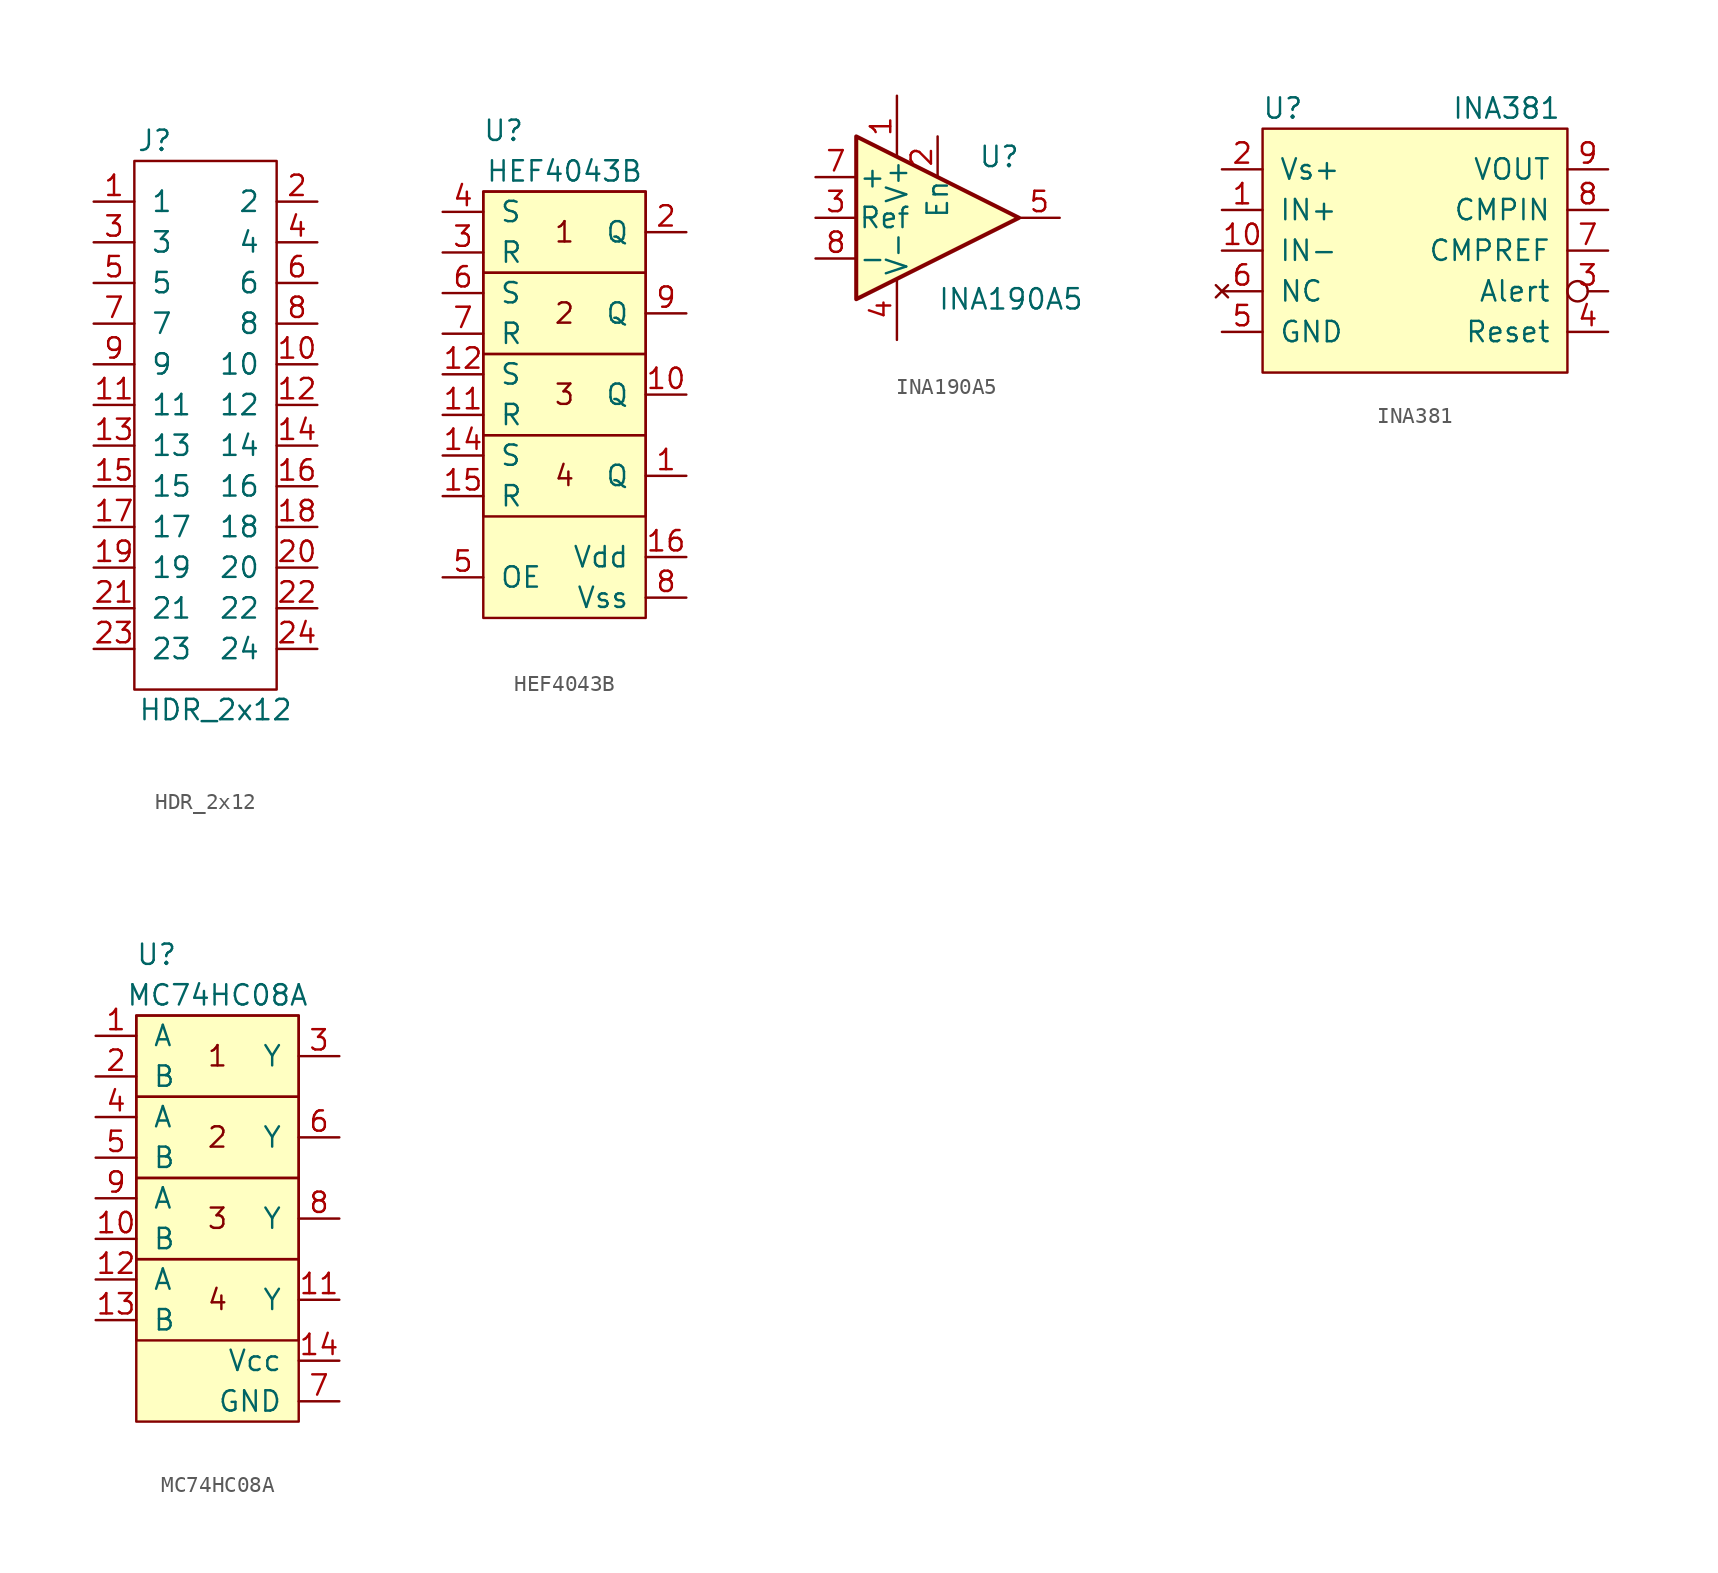
<source format=kicad_sym>
(kicad_symbol_lib
  (version 20211014)
  (generator kicad_symbol_editor)
  (symbol "HDR_2x12"
    (pin_names
      (offset 1.016))
    (property "Reference" "J"
      (at 1.27 34.29 0)
      (effects (font (size 1.27 1.27))))
    (property "Value" "HDR_2x12"
      (at 5.08 -1.27 0)
      (effects (font (size 1.27 1.27))))
    (symbol "HDR_2x12_0_1"
      (rectangle (start 0 0) (end 8.89 33.02) (stroke (width 0) (type default) (color 0 0 0 0)) (fill (type none))))
    (symbol "HDR_2x12_1_1"
      (pin unspecified line (at -2.54 30.48 0) (length 2.54) (name "1" (effects (font (size 1.27 1.27)))) (number "1" (effects (font (size 1.27 1.27)))))
      (pin unspecified line (at 11.43 20.32 180) (length 2.54) (name "10" (effects (font (size 1.27 1.27)))) (number "10" (effects (font (size 1.27 1.27)))))
      (pin unspecified line (at -2.54 17.78 0) (length 2.54) (name "11" (effects (font (size 1.27 1.27)))) (number "11" (effects (font (size 1.27 1.27)))))
      (pin unspecified line (at 11.43 17.78 180) (length 2.54) (name "12" (effects (font (size 1.27 1.27)))) (number "12" (effects (font (size 1.27 1.27)))))
      (pin unspecified line (at -2.54 15.24 0) (length 2.54) (name "13" (effects (font (size 1.27 1.27)))) (number "13" (effects (font (size 1.27 1.27)))))
      (pin unspecified line (at 11.43 15.24 180) (length 2.54) (name "14" (effects (font (size 1.27 1.27)))) (number "14" (effects (font (size 1.27 1.27)))))
      (pin unspecified line (at -2.54 12.7 0) (length 2.54) (name "15" (effects (font (size 1.27 1.27)))) (number "15" (effects (font (size 1.27 1.27)))))
      (pin unspecified line (at 11.43 12.7 180) (length 2.54) (name "16" (effects (font (size 1.27 1.27)))) (number "16" (effects (font (size 1.27 1.27)))))
      (pin unspecified line (at -2.54 10.16 0) (length 2.54) (name "17" (effects (font (size 1.27 1.27)))) (number "17" (effects (font (size 1.27 1.27)))))
      (pin unspecified line (at 11.43 10.16 180) (length 2.54) (name "18" (effects (font (size 1.27 1.27)))) (number "18" (effects (font (size 1.27 1.27)))))
      (pin unspecified line (at -2.54 7.62 0) (length 2.54) (name "19" (effects (font (size 1.27 1.27)))) (number "19" (effects (font (size 1.27 1.27)))))
      (pin unspecified line (at 11.43 30.48 180) (length 2.54) (name "2" (effects (font (size 1.27 1.27)))) (number "2" (effects (font (size 1.27 1.27)))))
      (pin unspecified line (at 11.43 7.62 180) (length 2.54) (name "20" (effects (font (size 1.27 1.27)))) (number "20" (effects (font (size 1.27 1.27)))))
      (pin unspecified line (at -2.54 5.08 0) (length 2.54) (name "21" (effects (font (size 1.27 1.27)))) (number "21" (effects (font (size 1.27 1.27)))))
      (pin unspecified line (at 11.43 5.08 180) (length 2.54) (name "22" (effects (font (size 1.27 1.27)))) (number "22" (effects (font (size 1.27 1.27)))))
      (pin unspecified line (at -2.54 2.54 0) (length 2.54) (name "23" (effects (font (size 1.27 1.27)))) (number "23" (effects (font (size 1.27 1.27)))))
      (pin unspecified line (at 11.43 2.54 180) (length 2.54) (name "24" (effects (font (size 1.27 1.27)))) (number "24" (effects (font (size 1.27 1.27)))))
      (pin unspecified line (at -2.54 27.94 0) (length 2.54) (name "3" (effects (font (size 1.27 1.27)))) (number "3" (effects (font (size 1.27 1.27)))))
      (pin unspecified line (at 11.43 27.94 180) (length 2.54) (name "4" (effects (font (size 1.27 1.27)))) (number "4" (effects (font (size 1.27 1.27)))))
      (pin unspecified line (at -2.54 25.4 0) (length 2.54) (name "5" (effects (font (size 1.27 1.27)))) (number "5" (effects (font (size 1.27 1.27)))))
      (pin unspecified line (at 11.43 25.4 180) (length 2.54) (name "6" (effects (font (size 1.27 1.27)))) (number "6" (effects (font (size 1.27 1.27)))))
      (pin unspecified line (at -2.54 22.86 0) (length 2.54) (name "7" (effects (font (size 1.27 1.27)))) (number "7" (effects (font (size 1.27 1.27)))))
      (pin unspecified line (at 11.43 22.86 180) (length 2.54) (name "8" (effects (font (size 1.27 1.27)))) (number "8" (effects (font (size 1.27 1.27)))))
      (pin unspecified line (at -2.54 20.32 0) (length 2.54) (name "9" (effects (font (size 1.27 1.27)))) (number "9" (effects (font (size 1.27 1.27)))))))
  (symbol "HEF4043B"
    (pin_names
      (offset 1.016))
    (property "Reference" "U"
      (at 1.27 30.48 0)
      (effects (font (size 1.27 1.27))))
    (property "Value" "HEF4043B"
      (at 5.08 27.94 0)
      (effects (font (size 1.27 1.27))))
    (symbol "HEF4043B_0_0"
      (rectangle (start 0 11.43) (end 10.16 6.35) (stroke (width 0) (type default) (color 0 0 0 0)) (fill (type none)))
      (rectangle (start 0 21.59) (end 10.16 16.51) (stroke (width 0) (type default) (color 0 0 0 0)) (fill (type none)))
      (rectangle (start 0 26.67) (end 10.16 21.59) (stroke (width 0) (type default) (color 0 0 0 0)) (fill (type none)))
      (rectangle (start 10.16 16.51) (end 0 11.43) (stroke (width 0) (type default) (color 0 0 0 0)) (fill (type none)))
      (text "1" (at 5.08 24.13 0) (effects (font (size 1.27 1.27))))
      (text "2" (at 5.08 19.05 0) (effects (font (size 1.27 1.27))))
      (text "3" (at 5.08 13.97 0) (effects (font (size 1.27 1.27))))
      (text "4" (at 5.08 8.89 0) (effects (font (size 1.27 1.27)))))
    (symbol "HEF4043B_0_1"
      (rectangle (start 0 0) (end 10.16 26.67) (stroke (width 0) (type default) (color 0 0 0 0)) (fill (type background))))
    (symbol "HEF4043B_1_1"
      (pin output line (at 12.7 8.89 180) (length 2.54) (name "Q" (effects (font (size 1.27 1.27)))) (number "1" (effects (font (size 1.27 1.27)))))
      (pin output line (at 12.7 13.97 180) (length 2.54) (name "Q" (effects (font (size 1.27 1.27)))) (number "10" (effects (font (size 1.27 1.27)))))
      (pin input line (at -2.54 12.7 0) (length 2.54) (name "R" (effects (font (size 1.27 1.27)))) (number "11" (effects (font (size 1.27 1.27)))))
      (pin input line (at -2.54 15.24 0) (length 2.54) (name "S" (effects (font (size 1.27 1.27)))) (number "12" (effects (font (size 1.27 1.27)))))
      (pin input line (at -2.54 10.16 0) (length 2.54) (name "S" (effects (font (size 1.27 1.27)))) (number "14" (effects (font (size 1.27 1.27)))))
      (pin input line (at -2.54 7.62 0) (length 2.54) (name "R" (effects (font (size 1.27 1.27)))) (number "15" (effects (font (size 1.27 1.27)))))
      (pin power_in line (at 12.7 3.81 180) (length 2.54) (name "Vdd" (effects (font (size 1.27 1.27)))) (number "16" (effects (font (size 1.27 1.27)))))
      (pin output line (at 12.7 24.13 180) (length 2.54) (name "Q" (effects (font (size 1.27 1.27)))) (number "2" (effects (font (size 1.27 1.27)))))
      (pin input line (at -2.54 22.86 0) (length 2.54) (name "R" (effects (font (size 1.27 1.27)))) (number "3" (effects (font (size 1.27 1.27)))))
      (pin input line (at -2.54 25.4 0) (length 2.54) (name "S" (effects (font (size 1.27 1.27)))) (number "4" (effects (font (size 1.27 1.27)))))
      (pin input line (at -2.54 2.54 0) (length 2.54) (name "OE" (effects (font (size 1.27 1.27)))) (number "5" (effects (font (size 1.27 1.27)))))
      (pin input line (at -2.54 20.32 0) (length 2.54) (name "S" (effects (font (size 1.27 1.27)))) (number "6" (effects (font (size 1.27 1.27)))))
      (pin input line (at -2.54 17.78 0) (length 2.54) (name "R" (effects (font (size 1.27 1.27)))) (number "7" (effects (font (size 1.27 1.27)))))
      (pin power_in line (at 12.7 1.27 180) (length 2.54) (name "Vss" (effects (font (size 1.27 1.27)))) (number "8" (effects (font (size 1.27 1.27)))))
      (pin output line (at 12.7 19.05 180) (length 2.54) (name "Q" (effects (font (size 1.27 1.27)))) (number "9" (effects (font (size 1.27 1.27)))))))
  (symbol "INA190A5"
    (pin_names
      (offset 0.127))
    (property "Reference" "U"
      (at 2.54 3.81 0)
      (effects (font (size 1.27 1.27)) (justify left)))
    (property "Value" "INA190A5"
      (at 0 -5.08 0)
      (effects (font (size 1.27 1.27)) (justify left)))
    (symbol "INA190A5_0_1"
      (polyline (pts (xy -5.08 5.08) (xy 5.08 0) (xy -5.08 -5.08) (xy -5.08 5.08)) (stroke (width 0.254) (type default) (color 0 0 0 0)) (fill (type background)))
      (pin power_in line (at -2.54 7.62 270) (length 3.81) (name "V+" (effects (font (size 1.27 1.27)))) (number "1" (effects (font (size 1.27 1.27)))))
      (pin power_in line (at -2.54 -7.62 90) (length 3.81) (name "V-" (effects (font (size 1.27 1.27)))) (number "4" (effects (font (size 1.27 1.27))))))
    (symbol "INA190A5_1_1"
      (pin power_in line (at 0 5.08 270) (length 2.54) (name "En" (effects (font (size 1.27 1.27)))) (number "2" (effects (font (size 1.27 1.27)))))
      (pin input line (at -7.62 0 0) (length 2.54) (name "Ref" (effects (font (size 1.27 1.27)))) (number "3" (effects (font (size 1.27 1.27)))))
      (pin output line (at 7.62 0 180) (length 2.54) (name "~" (effects (font (size 1.27 1.27)))) (number "5" (effects (font (size 1.27 1.27)))))
      (pin input line (at -7.62 2.54 0) (length 2.54) (name "+" (effects (font (size 1.27 1.27)))) (number "7" (effects (font (size 1.27 1.27)))))
      (pin input line (at -7.62 -2.54 0) (length 2.54) (name "-" (effects (font (size 1.27 1.27)))) (number "8" (effects (font (size 1.27 1.27)))))))
  (symbol "INA381"
    (pin_names
      (offset 1.016))
    (property "Reference" "U"
      (at 1.27 16.51 0)
      (effects (font (size 1.27 1.27))))
    (property "Value" "INA381"
      (at 15.24 16.51 0)
      (effects (font (size 1.27 1.27))))
    (symbol "INA381_0_1"
      (rectangle (start 0 0) (end 19.05 15.24) (stroke (width 0) (type default) (color 0 0 0 0)) (fill (type background))))
    (symbol "INA381_1_1"
      (pin input line (at -2.54 10.16 0) (length 2.54) (name "IN+" (effects (font (size 1.27 1.27)))) (number "1" (effects (font (size 1.27 1.27)))))
      (pin input line (at -2.54 7.62 0) (length 2.54) (name "IN-" (effects (font (size 1.27 1.27)))) (number "10" (effects (font (size 1.27 1.27)))))
      (pin power_in line (at -2.54 12.7 0) (length 2.54) (name "Vs+" (effects (font (size 1.27 1.27)))) (number "2" (effects (font (size 1.27 1.27)))))
      (pin open_collector inverted (at 21.59 5.08 180) (length 2.54) (name "Alert" (effects (font (size 1.27 1.27)))) (number "3" (effects (font (size 1.27 1.27)))))
      (pin input line (at 21.59 2.54 180) (length 2.54) (name "Reset" (effects (font (size 1.27 1.27)))) (number "4" (effects (font (size 1.27 1.27)))))
      (pin input line (at -2.54 2.54 0) (length 2.54) (name "GND" (effects (font (size 1.27 1.27)))) (number "5" (effects (font (size 1.27 1.27)))))
      (pin no_connect line (at -2.54 5.08 0) (length 2.54) (name "NC" (effects (font (size 1.27 1.27)))) (number "6" (effects (font (size 1.27 1.27)))))
      (pin input line (at 21.59 7.62 180) (length 2.54) (name "CMPREF" (effects (font (size 1.27 1.27)))) (number "7" (effects (font (size 1.27 1.27)))))
      (pin input line (at 21.59 10.16 180) (length 2.54) (name "CMPIN" (effects (font (size 1.27 1.27)))) (number "8" (effects (font (size 1.27 1.27)))))
      (pin output line (at 21.59 12.7 180) (length 2.54) (name "VOUT" (effects (font (size 1.27 1.27)))) (number "9" (effects (font (size 1.27 1.27)))))))
  (symbol "MC74HC08A"
    (pin_names
      (offset 1.016))
    (property "Reference" "U"
      (at 1.27 29.21 0)
      (effects (font (size 1.27 1.27))))
    (property "Value" "MC74HC08A"
      (at 5.08 26.67 0)
      (effects (font (size 1.27 1.27))))
    (symbol "MC74HC08A_0_0"
      (rectangle (start 0 10.16) (end 10.16 5.08) (stroke (width 0) (type default) (color 0 0 0 0)) (fill (type none)))
      (rectangle (start 0 20.32) (end 10.16 15.24) (stroke (width 0) (type default) (color 0 0 0 0)) (fill (type none)))
      (rectangle (start 0 25.4) (end 10.16 20.32) (stroke (width 0) (type default) (color 0 0 0 0)) (fill (type none)))
      (rectangle (start 10.16 15.24) (end 0 10.16) (stroke (width 0) (type default) (color 0 0 0 0)) (fill (type none)))
      (text "1" (at 5.08 22.86 0) (effects (font (size 1.27 1.27))))
      (text "2" (at 5.08 17.78 0) (effects (font (size 1.27 1.27))))
      (text "3" (at 5.08 12.7 0) (effects (font (size 1.27 1.27))))
      (text "4" (at 5.08 7.62 0) (effects (font (size 1.27 1.27)))))
    (symbol "MC74HC08A_0_1"
      (rectangle (start 0 0) (end 10.16 25.4) (stroke (width 0) (type default) (color 0 0 0 0)) (fill (type background))))
    (symbol "MC74HC08A_1_1"
      (pin input line (at -2.54 24.13 0) (length 2.54) (name "A" (effects (font (size 1.27 1.27)))) (number "1" (effects (font (size 1.27 1.27)))))
      (pin input line (at -2.54 11.43 0) (length 2.54) (name "B" (effects (font (size 1.27 1.27)))) (number "10" (effects (font (size 1.27 1.27)))))
      (pin output line (at 12.7 7.62 180) (length 2.54) (name "Y" (effects (font (size 1.27 1.27)))) (number "11" (effects (font (size 1.27 1.27)))))
      (pin input line (at -2.54 8.89 0) (length 2.54) (name "A" (effects (font (size 1.27 1.27)))) (number "12" (effects (font (size 1.27 1.27)))))
      (pin input line (at -2.54 6.35 0) (length 2.54) (name "B" (effects (font (size 1.27 1.27)))) (number "13" (effects (font (size 1.27 1.27)))))
      (pin power_in line (at 12.7 3.81 180) (length 2.54) (name "Vcc" (effects (font (size 1.27 1.27)))) (number "14" (effects (font (size 1.27 1.27)))))
      (pin input line (at -2.54 21.59 0) (length 2.54) (name "B" (effects (font (size 1.27 1.27)))) (number "2" (effects (font (size 1.27 1.27)))))
      (pin output line (at 12.7 22.86 180) (length 2.54) (name "Y" (effects (font (size 1.27 1.27)))) (number "3" (effects (font (size 1.27 1.27)))))
      (pin input line (at -2.54 19.05 0) (length 2.54) (name "A" (effects (font (size 1.27 1.27)))) (number "4" (effects (font (size 1.27 1.27)))))
      (pin input line (at -2.54 16.51 0) (length 2.54) (name "B" (effects (font (size 1.27 1.27)))) (number "5" (effects (font (size 1.27 1.27)))))
      (pin output line (at 12.7 17.78 180) (length 2.54) (name "Y" (effects (font (size 1.27 1.27)))) (number "6" (effects (font (size 1.27 1.27)))))
      (pin power_in line (at 12.7 1.27 180) (length 2.54) (name "GND" (effects (font (size 1.27 1.27)))) (number "7" (effects (font (size 1.27 1.27)))))
      (pin output line (at 12.7 12.7 180) (length 2.54) (name "Y" (effects (font (size 1.27 1.27)))) (number "8" (effects (font (size 1.27 1.27)))))
      (pin input line (at -2.54 13.97 0) (length 2.54) (name "A" (effects (font (size 1.27 1.27)))) (number "9" (effects (font (size 1.27 1.27))))))))
</source>
